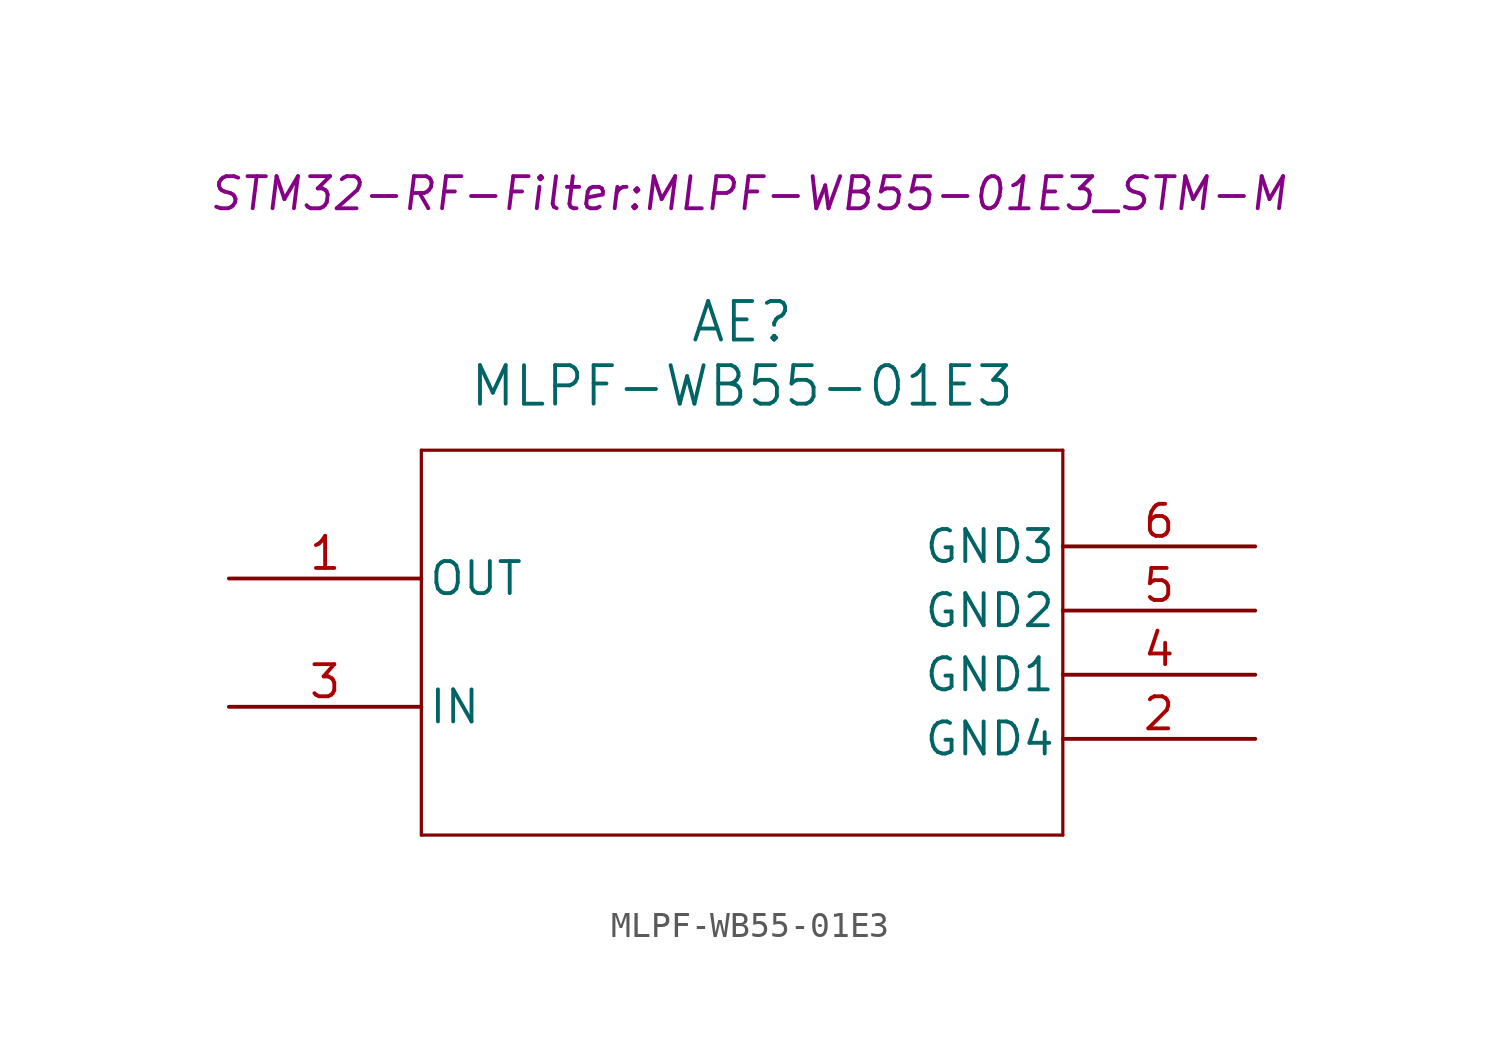
<source format=kicad_sym>
(kicad_symbol_lib
  (version 20231120)
  (generator "kicad_symbol_editor")
  (generator_version "8.0")
  (symbol "MLPF-WB55-01E3"
    (pin_names
      (offset 0.254))
    (property "Reference" "AE"
      (at 20.32 10.16 0)
      (effects (font (size 1.524 1.524))))
    (property "Value" "MLPF-WB55-01E3"
      (at 20.32 7.62 0)
      (effects (font (size 1.524 1.524))))
    (property "Footprint" "STM32-RF-Filter:MLPF-WB55-01E3_STM-M"
      (at 20.574 15.24 0)
      (effects (font (size 1.27 1.27) (italic yes))))
    (symbol "MLPF-WB55-01E3_0_1"
      (polyline (pts (xy 7.62 -10.16) (xy 33.02 -10.16)) (stroke (width 0.127) (type default)) (fill (type none)))
      (polyline (pts (xy 7.62 5.08) (xy 7.62 -10.16)) (stroke (width 0.127) (type default)) (fill (type none)))
      (polyline (pts (xy 33.02 -10.16) (xy 33.02 5.08)) (stroke (width 0.127) (type default)) (fill (type none)))
      (polyline (pts (xy 33.02 5.08) (xy 7.62 5.08)) (stroke (width 0.127) (type default)) (fill (type none)))
      (pin input line (at 0 0 0) (length 7.62) (name "OUT" (effects (font (size 1.27 1.27)))) (number "1" (effects (font (size 1.27 1.27)))))
      (pin power_out line (at 40.64 -6.35 180) (length 7.62) (name "GND4" (effects (font (size 1.27 1.27)))) (number "2" (effects (font (size 1.27 1.27)))))
      (pin output line (at 0 -5.08 0) (length 7.62) (name "IN" (effects (font (size 1.27 1.27)))) (number "3" (effects (font (size 1.27 1.27)))))
      (pin power_out line (at 40.64 -3.81 180) (length 7.62) (name "GND1" (effects (font (size 1.27 1.27)))) (number "4" (effects (font (size 1.27 1.27)))))
      (pin power_out line (at 40.64 -1.27 180) (length 7.62) (name "GND2" (effects (font (size 1.27 1.27)))) (number "5" (effects (font (size 1.27 1.27)))))
      (pin power_out line (at 40.64 1.27 180) (length 7.62) (name "GND3" (effects (font (size 1.27 1.27)))) (number "6" (effects (font (size 1.27 1.27))))))))
</source>
